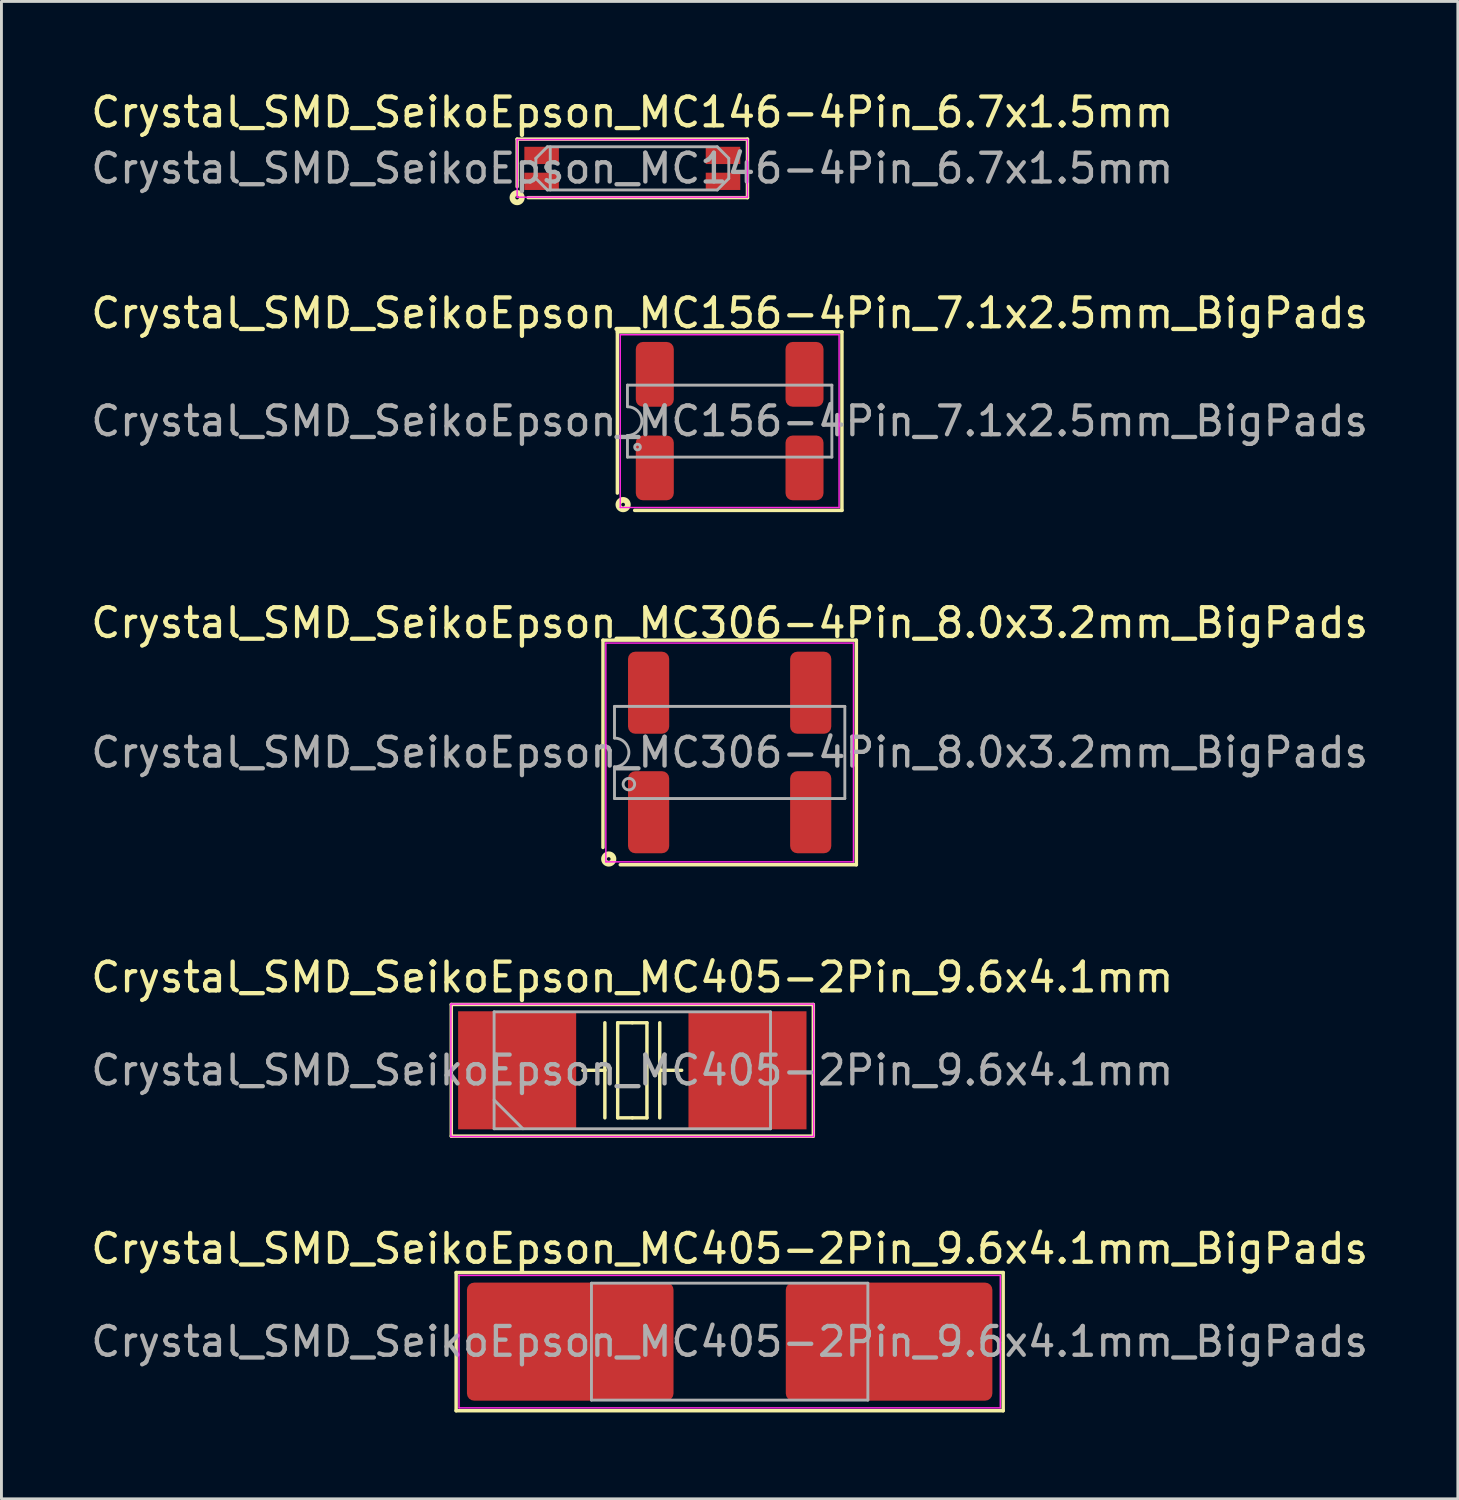
<source format=kicad_pcb>
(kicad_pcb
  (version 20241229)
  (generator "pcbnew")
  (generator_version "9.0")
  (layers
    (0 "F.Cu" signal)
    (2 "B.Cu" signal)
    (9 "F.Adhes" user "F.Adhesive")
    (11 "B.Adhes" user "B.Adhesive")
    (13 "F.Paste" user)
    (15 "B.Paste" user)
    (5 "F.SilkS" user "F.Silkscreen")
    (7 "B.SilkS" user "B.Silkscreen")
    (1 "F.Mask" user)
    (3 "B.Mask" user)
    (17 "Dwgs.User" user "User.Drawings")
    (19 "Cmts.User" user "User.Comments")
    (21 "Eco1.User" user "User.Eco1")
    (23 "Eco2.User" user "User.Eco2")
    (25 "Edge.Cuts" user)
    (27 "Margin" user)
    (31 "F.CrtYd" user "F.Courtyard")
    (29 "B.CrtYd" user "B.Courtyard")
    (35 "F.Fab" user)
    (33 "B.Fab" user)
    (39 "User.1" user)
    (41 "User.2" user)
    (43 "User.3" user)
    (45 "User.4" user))
  (footprint "Crystal_SMD_SeikoEpson_MC405-2Pin_9.6x4.1mm"
    (layer "F.Cu")
    (at 18.911 34.123)
    (property "Reference" "Crystal_SMD_SeikoEpson_MC405-2Pin_9.6x4.1mm" (at 0 -3.23 0) (layer "F.SilkS") (effects (font (size 1 1) (thickness 0.15))))
    (attr smd)
    (fp_line (start -6.287 -2.286) (end -6.287 2.286) (stroke (width 0.12) (type solid)) (layer "F.SilkS"))
    (fp_line (start -6.287 2.286) (end 6.287 2.286) (stroke (width 0.12) (type solid)) (layer "F.SilkS"))
    (fp_line (start -1.714 0) (end -0.953 0) (stroke (width 0.12) (type solid)) (layer "F.SilkS"))
    (fp_line (start -0.953 0) (end -0.953 -1.651) (stroke (width 0.12) (type solid)) (layer "F.SilkS"))
    (fp_line (start -0.953 0) (end -0.953 1.651) (stroke (width 0.12) (type solid)) (layer "F.SilkS"))
    (fp_line (start -0.508 -1.651) (end 0 -1.651) (stroke (width 0.12) (type solid)) (layer "F.SilkS"))
    (fp_line (start -0.508 1.651) (end -0.508 -1.651) (stroke (width 0.12) (type solid)) (layer "F.SilkS"))
    (fp_line (start -0.508 1.651) (end 0 1.651) (stroke (width 0.12) (type solid)) (layer "F.SilkS"))
    (fp_line (start 0.508 -1.651) (end 0 -1.651) (stroke (width 0.12) (type solid)) (layer "F.SilkS"))
    (fp_line (start 0.508 -1.651) (end 0.508 1.651) (stroke (width 0.12) (type solid)) (layer "F.SilkS"))
    (fp_line (start 0.508 1.651) (end 0 1.651) (stroke (width 0.12) (type solid)) (layer "F.SilkS"))
    (fp_line (start 0.953 0) (end 0.953 -1.651) (stroke (width 0.12) (type solid)) (layer "F.SilkS"))
    (fp_line (start 0.953 0) (end 0.953 1.651) (stroke (width 0.12) (type solid)) (layer "F.SilkS"))
    (fp_line (start 1.714 0) (end 0.953 0) (stroke (width 0.12) (type solid)) (layer "F.SilkS"))
    (fp_line (start 6.287 -2.286) (end -6.287 -2.286) (stroke (width 0.12) (type solid)) (layer "F.SilkS"))
    (fp_line (start 6.287 2.286) (end 6.287 -2.286) (stroke (width 0.12) (type solid)) (layer "F.SilkS"))
    (fp_line (start -6.3 -2.3) (end -6.3 2.3) (stroke (width 0.05) (type solid)) (layer "F.CrtYd"))
    (fp_line (start -6.3 2.3) (end 6.3 2.3) (stroke (width 0.05) (type solid)) (layer "F.CrtYd"))
    (fp_line (start 6.3 -2.3) (end -6.3 -2.3) (stroke (width 0.05) (type solid)) (layer "F.CrtYd"))
    (fp_line (start 6.3 2.3) (end 6.3 -2.3) (stroke (width 0.05) (type solid)) (layer "F.CrtYd"))
    (fp_line (start -4.8 -2.03) (end -4.8 2.03) (stroke (width 0.1) (type solid)) (layer "F.Fab"))
    (fp_line (start -4.8 1.03) (end -3.8 2.03) (stroke (width 0.1) (type solid)) (layer "F.Fab"))
    (fp_line (start -4.8 2.03) (end 4.8 2.03) (stroke (width 0.1) (type solid)) (layer "F.Fab"))
    (fp_line (start 4.8 -2.03) (end -4.8 -2.03) (stroke (width 0.1) (type solid)) (layer "F.Fab"))
    (fp_line (start 4.8 2.03) (end 4.8 -2.03) (stroke (width 0.1) (type solid)) (layer "F.Fab"))
    (fp_text user "${REFERENCE}" (at 0 0 0) (layer "F.Fab") (effects (font (size 1 1) (thickness 0.15))))
    (pad "1" smd rect (at -4 0) (size 4.1 4.1) (layers "F.Cu" "F.Mask" "F.Paste"))
    (pad "2" smd rect (at 4 0) (size 4.1 4.1) (layers "F.Cu" "F.Mask" "F.Paste")))
  (footprint "Crystal_SMD_SeikoEpson_MC146-4Pin_6.7x1.5mm"
    (layer "F.Cu")
    (at 18.911 2.798)
    (property "Reference" "Crystal_SMD_SeikoEpson_MC146-4Pin_6.7x1.5mm" (at 0 -1.95 0) (layer "F.SilkS") (effects (font (size 1 1) (thickness 0.15))))
    (attr smd)
    (fp_line (start -4 -1.016) (end 4 -1.016) (stroke (width 0.12) (type solid)) (layer "F.SilkS"))
    (fp_line (start -4 0.635) (end -4 -1.016) (stroke (width 0.12) (type solid)) (layer "F.SilkS"))
    (fp_line (start 4 -1.016) (end 4 1.016) (stroke (width 0.12) (type solid)) (layer "F.SilkS"))
    (fp_line (start 4 1.016) (end -3.619 1.016) (stroke (width 0.12) (type solid)) (layer "F.SilkS"))
    (fp_circle (center -4 1.016) (end -3.937 1.016) (stroke (width 0.2) (type solid)) (fill no) (layer "F.SilkS"))
    (fp_line (start -4 -1) (end -4 1) (stroke (width 0.05) (type solid)) (layer "F.CrtYd"))
    (fp_line (start -4 1) (end 4 1) (stroke (width 0.05) (type solid)) (layer "F.CrtYd"))
    (fp_line (start 4 -1) (end -4 -1) (stroke (width 0.05) (type solid)) (layer "F.CrtYd"))
    (fp_line (start 4 1) (end 4 -1) (stroke (width 0.05) (type solid)) (layer "F.CrtYd"))
    (fp_line (start -3.35 -0.35) (end -2.95 -0.75) (stroke (width 0.1) (type solid)) (layer "F.Fab"))
    (fp_line (start -3.35 0.35) (end -3.35 -0.35) (stroke (width 0.1) (type solid)) (layer "F.Fab"))
    (fp_line (start -2.95 -0.75) (end 2.95 -0.75) (stroke (width 0.1) (type solid)) (layer "F.Fab"))
    (fp_line (start -2.95 0.75) (end -3.35 0.35) (stroke (width 0.1) (type solid)) (layer "F.Fab"))
    (fp_line (start -2.85 -0.75) (end -2.85 0.75) (stroke (width 0.1) (type solid)) (layer "F.Fab"))
    (fp_line (start 2.95 -0.75) (end 3.35 -0.35) (stroke (width 0.1) (type solid)) (layer "F.Fab"))
    (fp_line (start 2.95 0.75) (end -2.95 0.75) (stroke (width 0.1) (type solid)) (layer "F.Fab"))
    (fp_line (start 3.35 -0.35) (end 3.35 0.35) (stroke (width 0.1) (type solid)) (layer "F.Fab"))
    (fp_line (start 3.35 0.35) (end 2.95 0.75) (stroke (width 0.1) (type solid)) (layer "F.Fab"))
    (fp_text user "${REFERENCE}" (at 0 0 0) (layer "F.Fab") (effects (font (size 1 1) (thickness 0.15))))
    (pad "1" smd rect (at -3.15 0.45) (size 1.2 0.6) (layers "F.Cu" "F.Mask" "F.Paste"))
    (pad "2" smd rect (at 3.15 0.45) (size 1.2 0.6) (layers "F.Cu" "F.Mask" "F.Paste"))
    (pad "3" smd rect (at 3.15 -0.45) (size 1.2 0.6) (layers "F.Cu" "F.Mask" "F.Paste"))
    (pad "4" smd rect (at -3.15 -0.45) (size 1.2 0.6) (layers "F.Cu" "F.Mask" "F.Paste")))
  (footprint "Crystal_SMD_SeikoEpson_MC306-4Pin_8.0x3.2mm_BigPads"
    (layer "F.Cu")
    (at 22.292 23.084)
    (property "Reference" "Crystal_SMD_SeikoEpson_MC306-4Pin_8.0x3.2mm_BigPads" (at 0 -4.5 0) (layer "F.SilkS") (effects (font (size 1 1) (thickness 0.15))))
    (attr smd)
    (fp_line (start -4.4 -3.9) (end 4.4 -3.9) (stroke (width 0.12) (type solid)) (layer "F.SilkS"))
    (fp_line (start -4.4 3.3) (end -4.4 -3.9) (stroke (width 0.12) (type solid)) (layer "F.SilkS"))
    (fp_line (start 4.4 -3.9) (end 4.4 3.9) (stroke (width 0.12) (type solid)) (layer "F.SilkS"))
    (fp_line (start 4.4 3.9) (end -3.8 3.9) (stroke (width 0.12) (type solid)) (layer "F.SilkS"))
    (fp_circle (center -4.2 3.7) (end -4.136 3.7) (stroke (width 0.2) (type solid)) (fill no) (layer "F.SilkS"))
    (fp_line (start -4.3 -3.8) (end -4.3 3.8) (stroke (width 0.05) (type solid)) (layer "F.CrtYd"))
    (fp_line (start -4.3 3.8) (end 4.3 3.8) (stroke (width 0.05) (type solid)) (layer "F.CrtYd"))
    (fp_line (start 4.3 -3.8) (end -4.3 -3.8) (stroke (width 0.05) (type solid)) (layer "F.CrtYd"))
    (fp_line (start 4.3 3.8) (end 4.3 -3.8) (stroke (width 0.05) (type solid)) (layer "F.CrtYd"))
    (fp_line (start -4 -1.6) (end 4 -1.6) (stroke (width 0.1) (type solid)) (layer "F.Fab"))
    (fp_line (start -4 -0.5) (end -4 -1.6) (stroke (width 0.1) (type solid)) (layer "F.Fab"))
    (fp_line (start -4 1.6) (end -4 0.5) (stroke (width 0.1) (type solid)) (layer "F.Fab"))
    (fp_line (start 4 -1.6) (end 4 1.6) (stroke (width 0.1) (type solid)) (layer "F.Fab"))
    (fp_line (start 4 1.6) (end -4 1.6) (stroke (width 0.1) (type solid)) (layer "F.Fab"))
    (fp_arc (start -4 -0.5) (mid -3.5 0) (end -4 0.5) (stroke (width 0.1) (type solid)) (layer "F.Fab"))
    (fp_circle (center -3.5 1.1) (end -3.3 1.1) (stroke (width 0.1) (type solid)) (fill no) (layer "F.Fab"))
    (fp_text user "${REFERENCE}" (at 0 0 0) (layer "F.Fab") (effects (font (size 1 1) (thickness 0.15))))
    (pad "1" smd roundrect (at -2.815 2.075) (size 1.43 2.85) (layers "F.Cu" "F.Mask" "F.Paste") (roundrect_rratio 0.175))
    (pad "2" smd roundrect (at 2.815 2.075) (size 1.43 2.85) (layers "F.Cu" "F.Mask" "F.Paste") (roundrect_rratio 0.175))
    (pad "3" smd roundrect (at 2.815 -2.075) (size 1.43 2.85) (layers "F.Cu" "F.Mask" "F.Paste") (roundrect_rratio 0.175))
    (pad "4" smd roundrect (at -2.815 -2.075) (size 1.43 2.85) (layers "F.Cu" "F.Mask" "F.Paste") (roundrect_rratio 0.175)))
  (footprint "Crystal_SMD_SeikoEpson_MC156-4Pin_7.1x2.5mm_BigPads"
    (layer "F.Cu")
    (at 22.292 11.576)
    (property "Reference" "Crystal_SMD_SeikoEpson_MC156-4Pin_7.1x2.5mm_BigPads" (at 0 -3.75 0) (layer "F.SilkS") (effects (font (size 1 1) (thickness 0.15))))
    (attr smd)
    (fp_line (start -3.9 -3.1) (end 3.9 -3.1) (stroke (width 0.12) (type solid)) (layer "F.SilkS"))
    (fp_line (start -3.9 2.5) (end -3.9 -3.1) (stroke (width 0.12) (type solid)) (layer "F.SilkS"))
    (fp_line (start 3.9 -3.1) (end 3.9 3.1) (stroke (width 0.12) (type solid)) (layer "F.SilkS"))
    (fp_line (start 3.9 3.1) (end -3.3 3.1) (stroke (width 0.12) (type solid)) (layer "F.SilkS"))
    (fp_circle (center -3.7 2.9) (end -3.636 2.9) (stroke (width 0.2) (type solid)) (fill no) (layer "F.SilkS"))
    (fp_line (start -3.8 -3) (end -3.8 3) (stroke (width 0.05) (type solid)) (layer "F.CrtYd"))
    (fp_line (start -3.8 3) (end 3.8 3) (stroke (width 0.05) (type solid)) (layer "F.CrtYd"))
    (fp_line (start 3.8 -3) (end -3.8 -3) (stroke (width 0.05) (type solid)) (layer "F.CrtYd"))
    (fp_line (start 3.8 3) (end 3.8 -3) (stroke (width 0.05) (type solid)) (layer "F.CrtYd"))
    (fp_line (start -3.55 -1.25) (end 3.55 -1.25) (stroke (width 0.1) (type solid)) (layer "F.Fab"))
    (fp_line (start -3.55 -0.5) (end -3.55 -1.25) (stroke (width 0.1) (type solid)) (layer "F.Fab"))
    (fp_line (start -3.55 1.25) (end -3.55 0.5) (stroke (width 0.1) (type solid)) (layer "F.Fab"))
    (fp_line (start 3.55 -1.25) (end 3.55 1.25) (stroke (width 0.1) (type solid)) (layer "F.Fab"))
    (fp_line (start 3.55 1.25) (end -3.55 1.25) (stroke (width 0.1) (type solid)) (layer "F.Fab"))
    (fp_arc (start -3.55 -0.5) (mid -3.05 0) (end -3.55 0.5) (stroke (width 0.1) (type solid)) (layer "F.Fab"))
    (fp_circle (center -3.2 0.9) (end -3.1 0.9) (stroke (width 0.1) (type solid)) (fill no) (layer "F.Fab"))
    (fp_text user "${REFERENCE}" (at 0 0 0) (layer "F.Fab") (effects (font (size 1 1) (thickness 0.15))))
    (pad "1" smd roundrect (at -2.6 1.625) (size 1.32 2.25) (layers "F.Cu" "F.Mask" "F.Paste") (roundrect_rratio 0.189))
    (pad "2" smd roundrect (at 2.6 1.625) (size 1.32 2.25) (layers "F.Cu" "F.Mask" "F.Paste") (roundrect_rratio 0.189))
    (pad "3" smd roundrect (at 2.6 -1.625) (size 1.32 2.25) (layers "F.Cu" "F.Mask" "F.Paste") (roundrect_rratio 0.189))
    (pad "4" smd roundrect (at -2.6 -1.625) (size 1.32 2.25) (layers "F.Cu" "F.Mask" "F.Paste") (roundrect_rratio 0.189)))
  (footprint "Crystal_SMD_SeikoEpson_MC405-2Pin_9.6x4.1mm_BigPads"
    (layer "F.Cu")
    (at 22.292 43.547)
    (property "Reference" "Crystal_SMD_SeikoEpson_MC405-2Pin_9.6x4.1mm_BigPads" (at 0 -3.23 0) (layer "F.SilkS") (effects (font (size 1 1) (thickness 0.15))))
    (attr smd)
    (fp_line (start -9.5 -2.4) (end -9.5 2.4) (stroke (width 0.12) (type solid)) (layer "F.SilkS"))
    (fp_line (start -9.5 2.4) (end 9.5 2.4) (stroke (width 0.12) (type solid)) (layer "F.SilkS"))
    (fp_line (start 9.5 -2.4) (end -9.5 -2.4) (stroke (width 0.12) (type solid)) (layer "F.SilkS"))
    (fp_line (start 9.5 2.4) (end 9.5 -2.4) (stroke (width 0.12) (type solid)) (layer "F.SilkS"))
    (fp_line (start -9.4 -2.3) (end -9.4 2.3) (stroke (width 0.05) (type solid)) (layer "F.CrtYd"))
    (fp_line (start -9.4 2.3) (end 9.4 2.3) (stroke (width 0.05) (type solid)) (layer "F.CrtYd"))
    (fp_line (start 9.4 -2.3) (end -9.4 -2.3) (stroke (width 0.05) (type solid)) (layer "F.CrtYd"))
    (fp_line (start 9.4 2.3) (end 9.4 -2.3) (stroke (width 0.05) (type solid)) (layer "F.CrtYd"))
    (fp_line (start -4.8 -2.03) (end -4.8 2.03) (stroke (width 0.1) (type solid)) (layer "F.Fab"))
    (fp_line (start -4.8 2.03) (end 4.8 2.03) (stroke (width 0.1) (type solid)) (layer "F.Fab"))
    (fp_line (start 4.8 -2.03) (end -4.8 -2.03) (stroke (width 0.1) (type solid)) (layer "F.Fab"))
    (fp_line (start 4.8 2.03) (end 4.8 -2.03) (stroke (width 0.1) (type solid)) (layer "F.Fab"))
    (fp_text user "${REFERENCE}" (at 0 0 0) (layer "F.Fab") (effects (font (size 1 1) (thickness 0.15))))
    (pad "1" smd roundrect (at -5.537 0) (size 7.175 4.1) (layers "F.Cu" "F.Mask" "F.Paste") (roundrect_rratio 0.061))
    (pad "2" smd roundrect (at 5.537 0) (size 7.175 4.1) (layers "F.Cu" "F.Mask" "F.Paste") (roundrect_rratio 0.061)))
  (gr_rect
    (start -3 -3)
    (end 47.583 49.007)
    (stroke (width 0.1) (type default))
    (fill no)
    (layer "Edge.Cuts")))
</source>
